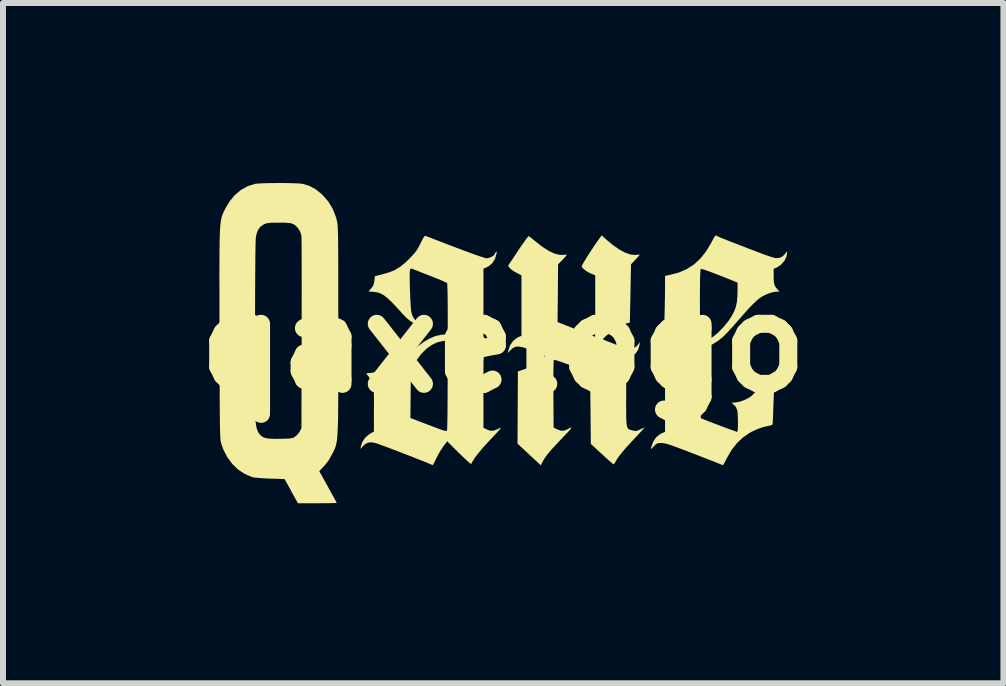
<source format=kicad_pcb>
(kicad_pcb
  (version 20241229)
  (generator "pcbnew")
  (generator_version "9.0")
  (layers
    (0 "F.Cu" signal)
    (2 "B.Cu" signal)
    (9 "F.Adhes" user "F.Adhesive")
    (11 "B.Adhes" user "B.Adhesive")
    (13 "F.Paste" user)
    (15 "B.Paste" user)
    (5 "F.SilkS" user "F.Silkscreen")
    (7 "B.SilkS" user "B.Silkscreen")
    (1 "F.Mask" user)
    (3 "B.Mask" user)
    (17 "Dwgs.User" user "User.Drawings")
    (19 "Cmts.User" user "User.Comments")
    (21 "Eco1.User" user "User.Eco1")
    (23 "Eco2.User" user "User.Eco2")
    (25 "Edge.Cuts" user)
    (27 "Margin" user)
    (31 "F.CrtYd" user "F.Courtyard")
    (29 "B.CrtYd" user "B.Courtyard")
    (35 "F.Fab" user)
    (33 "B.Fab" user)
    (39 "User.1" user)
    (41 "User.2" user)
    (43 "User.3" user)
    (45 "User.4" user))
  (footprint "qaxelogo"
    (layer "F.Cu")
    (at 5.336 2.668)
    (property "Reference" "qaxelogo" (at 0 0 0) (layer "F.SilkS") (effects (font (size 1.5 1.5) (thickness 0.3))))
    (attr board_only exclude_from_pos_files exclude_from_bom)
    (fp_poly (pts (xy -3.686 -2.668) (xy -3.592 -2.667) (xy -3.505 -2.665) (xy -3.43 -2.662) (xy -3.373 -2.658) (xy -3.341 -2.654) (xy -3.23 -2.62) (xy -3.129 -2.566) (xy -3.032 -2.489) (xy -3 -2.458) (xy -2.911 -2.354) (xy -2.843 -2.241) (xy -2.792 -2.113) (xy -2.775 -2.054) (xy -2.772 -2.039) (xy -2.768 -2.023) (xy -2.765 -2.005) (xy -2.762 -1.984) (xy -2.76 -1.958) (xy -2.758 -1.926) (xy -2.756 -1.887) (xy -2.754 -1.838) (xy -2.753 -1.779) (xy -2.752 -1.708) (xy -2.751 -1.625) (xy -2.75 -1.526) (xy -2.75 -1.412) (xy -2.749 -1.28) (xy -2.749 -1.129) (xy -2.749 -0.958) (xy -2.749 -0.765) (xy -2.749 -0.55) (xy -2.749 -0.309) (xy -2.749 -0.215) (xy -2.749 0.042) (xy -2.749 0.275) (xy -2.749 0.484) (xy -2.749 0.671) (xy -2.749 0.837) (xy -2.75 0.984) (xy -2.751 1.113) (xy -2.752 1.225) (xy -2.754 1.322) (xy -2.757 1.406) (xy -2.76 1.477) (xy -2.764 1.538) (xy -2.768 1.589) (xy -2.773 1.632) (xy -2.78 1.668) (xy -2.787 1.699) (xy -2.795 1.726) (xy -2.804 1.751) (xy -2.815 1.775) (xy -2.826 1.8) (xy -2.839 1.826) (xy -2.848 1.845) (xy -2.904 1.945) (xy -2.968 2.029) (xy -2.986 2.049) (xy -3.066 2.133) (xy -2.921 2.394) (xy -2.879 2.47) (xy -2.842 2.537) (xy -2.811 2.593) (xy -2.789 2.635) (xy -2.777 2.658) (xy -2.775 2.662) (xy -2.788 2.664) (xy -2.823 2.665) (xy -2.878 2.667) (xy -2.949 2.667) (xy -3.031 2.668) (xy -3.098 2.668) (xy -3.421 2.668) (xy -3.467 2.586) (xy -3.495 2.536) (xy -3.529 2.474) (xy -3.564 2.409) (xy -3.578 2.384) (xy -3.644 2.265) (xy -3.887 2.257) (xy -3.968 2.254) (xy -4.044 2.249) (xy -4.109 2.243) (xy -4.158 2.238) (xy -4.183 2.233) (xy -4.306 2.181) (xy -4.418 2.107) (xy -4.516 2.012) (xy -4.599 1.899) (xy -4.666 1.769) (xy -4.701 1.671) (xy -4.704 1.658) (xy -4.707 1.643) (xy -4.71 1.625) (xy -4.712 1.602) (xy -4.715 1.572) (xy -4.716 1.535) (xy -4.718 1.489) (xy -4.72 1.432) (xy -4.721 1.363) (xy -4.722 1.281) (xy -4.723 1.185) (xy -4.724 1.072) (xy -4.725 0.942) (xy -4.725 0.793) (xy -4.726 0.625) (xy -4.727 0.434) (xy -4.727 0.221) (xy -4.728 -0.016) (xy -4.728 -0.099) (xy -4.136 -0.099) (xy -4.136 0.079) (xy -4.135 0.253) (xy -4.135 0.422) (xy -4.134 0.583) (xy -4.133 0.734) (xy -4.132 0.873) (xy -4.131 0.998) (xy -4.13 1.107) (xy -4.128 1.197) (xy -4.127 1.267) (xy -4.125 1.314) (xy -4.124 1.332) (xy -4.11 1.415) (xy -4.089 1.476) (xy -4.058 1.522) (xy -4.029 1.549) (xy -4 1.567) (xy -3.967 1.58) (xy -3.924 1.588) (xy -3.868 1.593) (xy -3.794 1.595) (xy -3.714 1.594) (xy -3.636 1.593) (xy -3.579 1.59) (xy -3.539 1.586) (xy -3.51 1.58) (xy -3.487 1.571) (xy -3.476 1.564) (xy -3.441 1.536) (xy -3.407 1.496) (xy -3.396 1.479) (xy -3.363 1.42) (xy -3.359 -0.159) (xy -3.359 -0.362) (xy -3.359 -0.558) (xy -3.359 -0.746) (xy -3.358 -0.924) (xy -3.359 -1.09) (xy -3.359 -1.243) (xy -3.359 -1.38) (xy -3.36 -1.501) (xy -3.36 -1.603) (xy -3.361 -1.685) (xy -3.362 -1.745) (xy -3.363 -1.781) (xy -3.363 -1.791) (xy -3.384 -1.858) (xy -3.422 -1.92) (xy -3.472 -1.968) (xy -3.496 -1.982) (xy -3.522 -1.992) (xy -3.551 -2) (xy -3.588 -2.004) (xy -3.639 -2.007) (xy -3.709 -2.008) (xy -3.74 -2.008) (xy -3.818 -2.007) (xy -3.874 -2.006) (xy -3.915 -2.002) (xy -3.946 -1.996) (xy -3.973 -1.986) (xy -3.988 -1.98) (xy -4.044 -1.942) (xy -4.084 -1.891) (xy -4.111 -1.821) (xy -4.123 -1.756) (xy -4.125 -1.727) (xy -4.127 -1.674) (xy -4.128 -1.599) (xy -4.13 -1.504) (xy -4.131 -1.391) (xy -4.132 -1.262) (xy -4.133 -1.12) (xy -4.134 -0.966) (xy -4.135 -0.803) (xy -4.135 -0.632) (xy -4.136 -0.457) (xy -4.136 -0.278) (xy -4.136 -0.099) (xy -4.728 -0.099) (xy -4.728 -0.158) (xy -4.729 -0.418) (xy -4.729 -0.652) (xy -4.729 -0.863) (xy -4.73 -1.051) (xy -4.73 -1.219) (xy -4.729 -1.367) (xy -4.729 -1.498) (xy -4.727 -1.612) (xy -4.726 -1.71) (xy -4.723 -1.795) (xy -4.721 -1.868) (xy -4.717 -1.929) (xy -4.713 -1.981) (xy -4.707 -2.025) (xy -4.701 -2.062) (xy -4.694 -2.093) (xy -4.686 -2.121) (xy -4.677 -2.146) (xy -4.667 -2.17) (xy -4.655 -2.194) (xy -4.642 -2.22) (xy -4.632 -2.242) (xy -4.559 -2.364) (xy -4.472 -2.469) (xy -4.371 -2.553) (xy -4.26 -2.615) (xy -4.14 -2.653) (xy -4.139 -2.654) (xy -4.101 -2.658) (xy -4.042 -2.662) (xy -3.966 -2.665) (xy -3.878 -2.667) (xy -3.783 -2.668)) (stroke (width 0) (type solid)) (fill yes) (layer "F.SilkS"))
    (fp_poly (pts (xy 1.722 -1.722) (xy 1.829 -1.633) (xy 1.931 -1.562) (xy 2.027 -1.51) (xy 2.115 -1.479) (xy 2.193 -1.469) (xy 2.221 -1.471) (xy 2.254 -1.475) (xy 2.272 -1.473) (xy 2.273 -1.472) (xy 2.265 -1.459) (xy 2.242 -1.433) (xy 2.21 -1.398) (xy 2.201 -1.389) (xy 2.129 -1.313) (xy 2.12 -0.828) (xy 2.11 -0.343) (xy 2.056 -0.329) (xy 2.008 -0.313) (xy 1.957 -0.292) (xy 1.949 -0.288) (xy 1.913 -0.267) (xy 1.867 -0.237) (xy 1.818 -0.202) (xy 1.769 -0.165) (xy 1.724 -0.129) (xy 1.689 -0.098) (xy 1.667 -0.075) (xy 1.662 -0.064) (xy 1.677 -0.056) (xy 1.714 -0.04) (xy 1.766 -0.019) (xy 1.83 0.006) (xy 1.889 0.029) (xy 1.967 0.058) (xy 2.025 0.079) (xy 2.066 0.092) (xy 2.096 0.099) (xy 2.118 0.101) (xy 2.137 0.098) (xy 2.156 0.092) (xy 2.159 0.091) (xy 2.215 0.059) (xy 2.245 0.026) (xy 2.276 -0.02) (xy 2.269 0.039) (xy 2.247 0.111) (xy 2.203 0.175) (xy 2.14 0.226) (xy 2.117 0.238) (xy 2.049 0.271) (xy 2.049 0.833) (xy 2.048 0.974) (xy 2.048 1.09) (xy 2.049 1.185) (xy 2.05 1.261) (xy 2.053 1.319) (xy 2.058 1.363) (xy 2.064 1.394) (xy 2.074 1.416) (xy 2.086 1.43) (xy 2.102 1.439) (xy 2.121 1.446) (xy 2.145 1.452) (xy 2.156 1.455) (xy 2.194 1.463) (xy 2.222 1.463) (xy 2.253 1.452) (xy 2.285 1.436) (xy 2.321 1.419) (xy 2.346 1.409) (xy 2.352 1.408) (xy 2.344 1.419) (xy 2.319 1.447) (xy 2.282 1.488) (xy 2.234 1.54) (xy 2.178 1.6) (xy 2.143 1.637) (xy 2.053 1.735) (xy 1.982 1.818) (xy 1.929 1.884) (xy 1.895 1.934) (xy 1.891 1.94) (xy 1.869 1.981) (xy 1.85 2.009) (xy 1.839 2.021) (xy 1.839 2.021) (xy 1.827 2.012) (xy 1.799 1.989) (xy 1.757 1.952) (xy 1.706 1.906) (xy 1.648 1.853) (xy 1.645 1.85) (xy 1.46 1.68) (xy 1.454 1.088) (xy 1.447 0.496) (xy 1.15 0.381) (xy 1.052 0.344) (xy 0.975 0.316) (xy 0.919 0.297) (xy 0.88 0.285) (xy 0.855 0.281) (xy 0.844 0.283) (xy 0.842 0.285) (xy 0.84 0.301) (xy 0.838 0.341) (xy 0.837 0.402) (xy 0.836 0.481) (xy 0.835 0.575) (xy 0.835 0.68) (xy 0.835 0.796) (xy 0.836 0.854) (xy 0.839 1.407) (xy 0.899 1.437) (xy 0.965 1.46) (xy 1.027 1.456) (xy 1.086 1.427) (xy 1.088 1.426) (xy 1.118 1.407) (xy 1.132 1.407) (xy 1.128 1.423) (xy 1.104 1.454) (xy 1.101 1.456) (xy 1.08 1.48) (xy 1.043 1.518) (xy 0.996 1.568) (xy 0.942 1.625) (xy 0.889 1.682) (xy 0.803 1.774) (xy 0.738 1.852) (xy 0.692 1.915) (xy 0.671 1.949) (xy 0.626 2.035) (xy 0.432 1.855) (xy 0.238 1.675) (xy 0.241 1.073) (xy 0.244 0.471) (xy 0.33 0.443) (xy 0.384 0.423) (xy 0.437 0.402) (xy 0.469 0.387) (xy 0.507 0.365) (xy 0.552 0.335) (xy 0.598 0.302) (xy 0.64 0.27) (xy 0.673 0.242) (xy 0.692 0.222) (xy 0.694 0.218) (xy 0.682 0.208) (xy 0.65 0.191) (xy 0.604 0.171) (xy 0.547 0.147) (xy 0.485 0.123) (xy 0.423 0.101) (xy 0.366 0.081) (xy 0.324 0.069) (xy 0.258 0.057) (xy 0.207 0.06) (xy 0.163 0.08) (xy 0.123 0.116) (xy 0.077 0.165) (xy 0.086 0.119) (xy 0.115 0.034) (xy 0.164 -0.036) (xy 0.23 -0.089) (xy 0.263 -0.105) (xy 0.304 -0.122) (xy 0.304 -0.626) (xy 0.304 -1.129) (xy 0.218 -1.174) (xy 0.171 -1.201) (xy 0.131 -1.23) (xy 0.106 -1.254) (xy 0.106 -1.254) (xy 0.081 -1.29) (xy 0.245 -1.537) (xy 0.293 -1.608) (xy 0.337 -1.671) (xy 0.374 -1.723) (xy 0.402 -1.76) (xy 0.418 -1.781) (xy 0.422 -1.783) (xy 0.436 -1.775) (xy 0.466 -1.753) (xy 0.506 -1.721) (xy 0.537 -1.695) (xy 0.654 -1.604) (xy 0.76 -1.536) (xy 0.856 -1.492) (xy 0.942 -1.471) (xy 1.001 -1.471) (xy 1.035 -1.474) (xy 1.055 -1.472) (xy 1.057 -1.47) (xy 1.049 -1.456) (xy 1.026 -1.43) (xy 0.993 -1.395) (xy 0.986 -1.387) (xy 0.914 -1.314) (xy 0.91 -0.833) (xy 0.905 -0.351) (xy 1.216 -0.228) (xy 1.3 -0.195) (xy 1.377 -0.165) (xy 1.441 -0.14) (xy 1.49 -0.121) (xy 1.521 -0.109) (xy 1.53 -0.106) (xy 1.53 -0.118) (xy 1.531 -0.155) (xy 1.532 -0.212) (xy 1.532 -0.287) (xy 1.533 -0.377) (xy 1.533 -0.479) (xy 1.533 -0.59) (xy 1.533 -0.617) (xy 1.533 -1.129) (xy 1.474 -1.154) (xy 1.418 -1.18) (xy 1.369 -1.211) (xy 1.332 -1.243) (xy 1.311 -1.27) (xy 1.308 -1.28) (xy 1.315 -1.299) (xy 1.335 -1.335) (xy 1.365 -1.386) (xy 1.402 -1.446) (xy 1.445 -1.513) (xy 1.49 -1.582) (xy 1.536 -1.65) (xy 1.58 -1.712) (xy 1.595 -1.734) (xy 1.641 -1.796)) (stroke (width 0) (type solid)) (fill yes) (layer "F.SilkS"))
    (fp_poly (pts (xy 3.553 -1.792) (xy 3.562 -1.785) (xy 3.576 -1.778) (xy 3.609 -1.763) (xy 3.661 -1.742) (xy 3.734 -1.713) (xy 3.828 -1.676) (xy 3.945 -1.631) (xy 4.084 -1.577) (xy 4.248 -1.515) (xy 4.255 -1.512) (xy 4.332 -1.483) (xy 4.403 -1.458) (xy 4.465 -1.437) (xy 4.511 -1.423) (xy 4.536 -1.417) (xy 4.602 -1.42) (xy 4.658 -1.447) (xy 4.699 -1.491) (xy 4.719 -1.518) (xy 4.729 -1.524) (xy 4.731 -1.512) (xy 4.719 -1.441) (xy 4.685 -1.372) (xy 4.634 -1.312) (xy 4.571 -1.267) (xy 4.56 -1.262) (xy 4.506 -1.238) (xy 4.506 -1.113) (xy 4.508 -1.044) (xy 4.513 -0.994) (xy 4.525 -0.956) (xy 4.546 -0.923) (xy 4.57 -0.895) (xy 4.604 -0.859) (xy 4.557 -0.859) (xy 4.505 -0.852) (xy 4.441 -0.834) (xy 4.374 -0.808) (xy 4.315 -0.778) (xy 4.302 -0.77) (xy 4.257 -0.738) (xy 4.209 -0.696) (xy 4.154 -0.643) (xy 4.09 -0.576) (xy 4.015 -0.493) (xy 3.926 -0.391) (xy 3.922 -0.387) (xy 3.862 -0.317) (xy 3.801 -0.25) (xy 3.745 -0.188) (xy 3.696 -0.138) (xy 3.66 -0.103) (xy 3.656 -0.099) (xy 3.583 -0.041) (xy 3.5 0.012) (xy 3.417 0.053) (xy 3.349 0.078) (xy 3.294 0.092) (xy 3.285 0.553) (xy 3.283 0.667) (xy 3.281 0.778) (xy 3.281 0.881) (xy 3.281 0.974) (xy 3.282 1.05) (xy 3.283 1.107) (xy 3.284 1.133) (xy 3.294 1.251) (xy 3.362 1.279) (xy 3.406 1.297) (xy 3.464 1.319) (xy 3.531 1.345) (xy 3.604 1.372) (xy 3.677 1.4) (xy 3.746 1.425) (xy 3.808 1.448) (xy 3.857 1.465) (xy 3.889 1.476) (xy 3.9 1.479) (xy 3.905 1.467) (xy 3.908 1.434) (xy 3.911 1.386) (xy 3.911 1.329) (xy 3.91 1.268) (xy 3.908 1.21) (xy 3.905 1.159) (xy 3.9 1.121) (xy 3.899 1.116) (xy 3.874 1.06) (xy 3.846 1.029) (xy 3.804 0.994) (xy 3.875 0.988) (xy 3.944 0.975) (xy 4.02 0.947) (xy 4.092 0.911) (xy 4.141 0.877) (xy 4.166 0.852) (xy 4.202 0.813) (xy 4.244 0.764) (xy 4.279 0.722) (xy 4.344 0.643) (xy 4.397 0.582) (xy 4.441 0.537) (xy 4.479 0.504) (xy 4.514 0.481) (xy 4.551 0.464) (xy 4.556 0.462) (xy 4.61 0.444) (xy 4.643 0.437) (xy 4.654 0.441) (xy 4.642 0.456) (xy 4.622 0.471) (xy 4.594 0.493) (xy 4.571 0.515) (xy 4.553 0.542) (xy 4.539 0.577) (xy 4.528 0.621) (xy 4.52 0.679) (xy 4.514 0.754) (xy 4.509 0.848) (xy 4.505 0.966) (xy 4.504 0.982) (xy 4.501 1.077) (xy 4.498 1.164) (xy 4.495 1.239) (xy 4.492 1.298) (xy 4.489 1.338) (xy 4.487 1.355) (xy 4.487 1.355) (xy 4.472 1.366) (xy 4.44 1.375) (xy 4.423 1.378) (xy 4.337 1.397) (xy 4.241 1.43) (xy 4.145 1.474) (xy 4.107 1.495) (xy 3.996 1.57) (xy 3.898 1.663) (xy 3.81 1.774) (xy 3.73 1.908) (xy 3.705 1.958) (xy 3.685 1.997) (xy 3.669 2.024) (xy 3.661 2.033) (xy 3.645 2.028) (xy 3.628 2.021) (xy 3.596 2.008) (xy 3.544 1.987) (xy 3.476 1.96) (xy 3.395 1.929) (xy 3.307 1.895) (xy 3.215 1.859) (xy 3.124 1.824) (xy 3.037 1.79) (xy 2.959 1.761) (xy 2.927 1.749) (xy 2.838 1.716) (xy 2.768 1.692) (xy 2.715 1.676) (xy 2.672 1.668) (xy 2.638 1.664) (xy 2.631 1.664) (xy 2.589 1.666) (xy 2.56 1.674) (xy 2.535 1.693) (xy 2.508 1.72) (xy 2.479 1.751) (xy 2.464 1.764) (xy 2.461 1.76) (xy 2.464 1.741) (xy 2.465 1.737) (xy 2.498 1.644) (xy 2.547 1.57) (xy 2.613 1.517) (xy 2.646 1.5) (xy 2.696 1.479) (xy 2.696 0.842) (xy 2.696 0.205) (xy 2.665 0.153) (xy 2.633 0.113) (xy 2.594 0.079) (xy 2.585 0.073) (xy 2.537 0.044) (xy 2.589 0.007) (xy 2.615 -0.011) (xy 2.635 -0.028) (xy 2.651 -0.047) (xy 2.663 -0.071) (xy 2.671 -0.105) (xy 2.677 -0.15) (xy 2.681 -0.21) (xy 2.684 -0.29) (xy 2.686 -0.391) (xy 2.687 -0.429) (xy 2.69 -0.534) (xy 2.692 -0.641) (xy 2.693 -0.695) (xy 3.277 -0.695) (xy 3.278 -0.533) (xy 3.278 -0.397) (xy 3.28 -0.284) (xy 3.282 -0.192) (xy 3.285 -0.12) (xy 3.288 -0.067) (xy 3.293 -0.03) (xy 3.298 -0.008) (xy 3.305 -0.000184) (xy 3.306 0) (xy 3.324 -0.006) (xy 3.356 -0.02) (xy 3.382 -0.032) (xy 3.477 -0.091) (xy 3.573 -0.169) (xy 3.665 -0.261) (xy 3.748 -0.362) (xy 3.806 -0.449) (xy 3.847 -0.527) (xy 3.875 -0.601) (xy 3.893 -0.681) (xy 3.902 -0.773) (xy 3.904 -0.851) (xy 3.905 -1.009) (xy 3.72 -1.083) (xy 3.602 -1.13) (xy 3.506 -1.167) (xy 3.43 -1.196) (xy 3.373 -1.216) (xy 3.332 -1.229) (xy 3.306 -1.235) (xy 3.292 -1.236) (xy 3.291 -1.235) (xy 3.287 -1.22) (xy 3.284 -1.178) (xy 3.281 -1.111) (xy 3.279 -1.02) (xy 3.278 -0.905) (xy 3.277 -0.766) (xy 3.277 -0.695) (xy 2.693 -0.695) (xy 2.694 -0.744) (xy 2.695 -0.836) (xy 2.696 -0.913) (xy 2.696 -0.947) (xy 2.696 -1.121) (xy 2.772 -1.136) (xy 2.923 -1.175) (xy 3.059 -1.234) (xy 3.179 -1.312) (xy 3.287 -1.412) (xy 3.383 -1.533) (xy 3.47 -1.679) (xy 3.481 -1.701) (xy 3.507 -1.751) (xy 3.526 -1.781) (xy 3.54 -1.794)) (stroke (width 0) (type solid)) (fill yes) (layer "F.SilkS"))
    (fp_poly (pts (xy -1.295 -1.788) (xy -1.276 -1.78) (xy -1.238 -1.765) (xy -1.184 -1.744) (xy -1.121 -1.72) (xy -1.09 -1.708) (xy -0.929 -1.646) (xy -0.783 -1.59) (xy -0.652 -1.541) (xy -0.537 -1.499) (xy -0.442 -1.465) (xy -0.366 -1.439) (xy -0.311 -1.422) (xy -0.279 -1.414) (xy -0.274 -1.413) (xy -0.243 -1.419) (xy -0.206 -1.433) (xy -0.172 -1.451) (xy -0.15 -1.469) (xy -0.145 -1.478) (xy -0.138 -1.495) (xy -0.125 -1.513) (xy -0.112 -1.527) (xy -0.108 -1.524) (xy -0.111 -1.499) (xy -0.113 -1.487) (xy -0.138 -1.401) (xy -0.184 -1.331) (xy -0.247 -1.279) (xy -0.281 -1.262) (xy -0.33 -1.241) (xy -0.33 -0.675) (xy -0.33 -0.11) (xy -0.3 -0.065) (xy -0.269 -0.027) (xy -0.231 0.006) (xy -0.228 0.008) (xy -0.185 0.037) (xy -0.231 0.064) (xy -0.269 0.094) (xy -0.301 0.131) (xy -0.304 0.135) (xy -0.31 0.146) (xy -0.315 0.159) (xy -0.319 0.175) (xy -0.323 0.198) (xy -0.325 0.23) (xy -0.327 0.273) (xy -0.329 0.329) (xy -0.329 0.402) (xy -0.33 0.493) (xy -0.33 0.604) (xy -0.33 0.739) (xy -0.33 0.793) (xy -0.33 1.408) (xy -0.294 1.429) (xy -0.228 1.457) (xy -0.166 1.46) (xy -0.103 1.437) (xy -0.1 1.435) (xy -0.066 1.419) (xy -0.044 1.411) (xy -0.04 1.413) (xy -0.048 1.426) (xy -0.073 1.454) (xy -0.11 1.496) (xy -0.158 1.548) (xy -0.213 1.607) (xy -0.236 1.631) (xy -0.333 1.736) (xy -0.412 1.83) (xy -0.474 1.911) (xy -0.516 1.978) (xy -0.534 2.014) (xy -0.544 2.009) (xy -0.57 1.988) (xy -0.609 1.953) (xy -0.659 1.907) (xy -0.716 1.852) (xy -0.737 1.832) (xy -0.934 1.636) (xy -0.997 1.719) (xy -1.033 1.772) (xy -1.072 1.836) (xy -1.107 1.902) (xy -1.115 1.918) (xy -1.139 1.968) (xy -1.159 2.006) (xy -1.172 2.029) (xy -1.176 2.033) (xy -1.191 2.027) (xy -1.222 2.014) (xy -1.249 2.002) (xy -1.278 1.989) (xy -1.328 1.969) (xy -1.395 1.943) (xy -1.475 1.911) (xy -1.564 1.877) (xy -1.657 1.841) (xy -1.752 1.804) (xy -1.844 1.769) (xy -1.928 1.737) (xy -2.002 1.71) (xy -2.061 1.688) (xy -2.101 1.674) (xy -2.105 1.672) (xy -2.179 1.654) (xy -2.238 1.654) (xy -2.289 1.674) (xy -2.337 1.715) (xy -2.343 1.722) (xy -2.38 1.763) (xy -2.372 1.717) (xy -2.346 1.642) (xy -2.299 1.574) (xy -2.236 1.52) (xy -2.224 1.512) (xy -2.155 1.473) (xy -2.155 1.248) (xy -1.547 1.248) (xy -1.246 1.363) (xy -1.152 1.398) (xy -1.08 1.425) (xy -1.027 1.444) (xy -0.989 1.456) (xy -0.964 1.462) (xy -0.949 1.463) (xy -0.941 1.459) (xy -0.937 1.451) (xy -0.936 1.449) (xy -0.935 1.43) (xy -0.933 1.388) (xy -0.932 1.324) (xy -0.93 1.242) (xy -0.929 1.143) (xy -0.928 1.03) (xy -0.927 0.906) (xy -0.927 0.773) (xy -0.926 0.689) (xy -0.925 -0.043) (xy -0.995 -0.037) (xy -1.092 -0.016) (xy -1.188 0.028) (xy -1.28 0.094) (xy -1.365 0.178) (xy -1.44 0.278) (xy -1.481 0.35) (xy -1.54 0.466) (xy -1.543 0.857) (xy -1.547 1.248) (xy -2.155 1.248) (xy -2.155 1.093) (xy -2.154 0.982) (xy -2.155 0.895) (xy -2.155 0.828) (xy -2.157 0.777) (xy -2.159 0.739) (xy -2.163 0.711) (xy -2.168 0.69) (xy -2.175 0.672) (xy -2.184 0.653) (xy -2.186 0.649) (xy -2.213 0.603) (xy -2.242 0.559) (xy -2.254 0.543) (xy -2.275 0.517) (xy -2.28 0.505) (xy -2.269 0.502) (xy -2.26 0.502) (xy -2.204 0.496) (xy -2.132 0.482) (xy -2.054 0.46) (xy -1.978 0.434) (xy -1.922 0.409) (xy -1.886 0.391) (xy -1.849 0.37) (xy -1.809 0.344) (xy -1.762 0.312) (xy -1.706 0.271) (xy -1.638 0.22) (xy -1.556 0.157) (xy -1.457 0.079) (xy -1.426 0.054) (xy -1.32 -0.023) (xy -1.224 -0.079) (xy -1.134 -0.117) (xy -1.047 -0.137) (xy -1.021 -0.14) (xy -0.925 -0.149) (xy -0.925 -0.567) (xy -0.926 -0.669) (xy -0.927 -0.764) (xy -0.928 -0.847) (xy -0.93 -0.915) (xy -0.932 -0.965) (xy -0.934 -0.994) (xy -0.935 -0.999) (xy -0.95 -1.009) (xy -0.986 -1.026) (xy -1.038 -1.049) (xy -1.104 -1.076) (xy -1.18 -1.106) (xy -1.203 -1.115) (xy -1.282 -1.146) (xy -1.354 -1.174) (xy -1.415 -1.199) (xy -1.461 -1.217) (xy -1.488 -1.227) (xy -1.491 -1.229) (xy -1.519 -1.24) (xy -1.538 -1.242) (xy -1.55 -1.231) (xy -1.556 -1.205) (xy -1.559 -1.16) (xy -1.559 -1.093) (xy -1.559 -1.086) (xy -1.558 -1.015) (xy -1.556 -0.927) (xy -1.552 -0.833) (xy -1.549 -0.741) (xy -1.547 -0.717) (xy -1.543 -0.634) (xy -1.538 -0.573) (xy -1.533 -0.528) (xy -1.526 -0.494) (xy -1.517 -0.466) (xy -1.504 -0.439) (xy -1.477 -0.396) (xy -1.443 -0.359) (xy -1.428 -0.347) (xy -1.384 -0.317) (xy -1.421 -0.317) (xy -1.48 -0.329) (xy -1.544 -0.364) (xy -1.615 -0.423) (xy -1.669 -0.479) (xy -1.756 -0.575) (xy -1.828 -0.652) (xy -1.89 -0.714) (xy -1.942 -0.761) (xy -1.988 -0.796) (xy -2.03 -0.821) (xy -2.071 -0.838) (xy -2.114 -0.848) (xy -2.161 -0.854) (xy -2.166 -0.855) (xy -2.246 -0.862) (xy -2.201 -0.912) (xy -2.172 -0.95) (xy -2.156 -0.989) (xy -2.147 -1.04) (xy -2.138 -1.117) (xy -2.017 -1.146) (xy -1.905 -1.178) (xy -1.809 -1.217) (xy -1.722 -1.269) (xy -1.637 -1.337) (xy -1.572 -1.399) (xy -1.517 -1.456) (xy -1.476 -1.502) (xy -1.444 -1.544) (xy -1.416 -1.591) (xy -1.386 -1.648) (xy -1.38 -1.66) (xy -1.349 -1.723) (xy -1.326 -1.763) (xy -1.309 -1.784) (xy -1.296 -1.788)) (stroke (width 0) (type solid)) (fill yes) (layer "F.SilkS")))
  (gr_rect
    (start -3 -3)
    (end 13.671 8.336)
    (stroke (width 0.1) (type default))
    (fill no)
    (layer "Edge.Cuts")))
</source>
